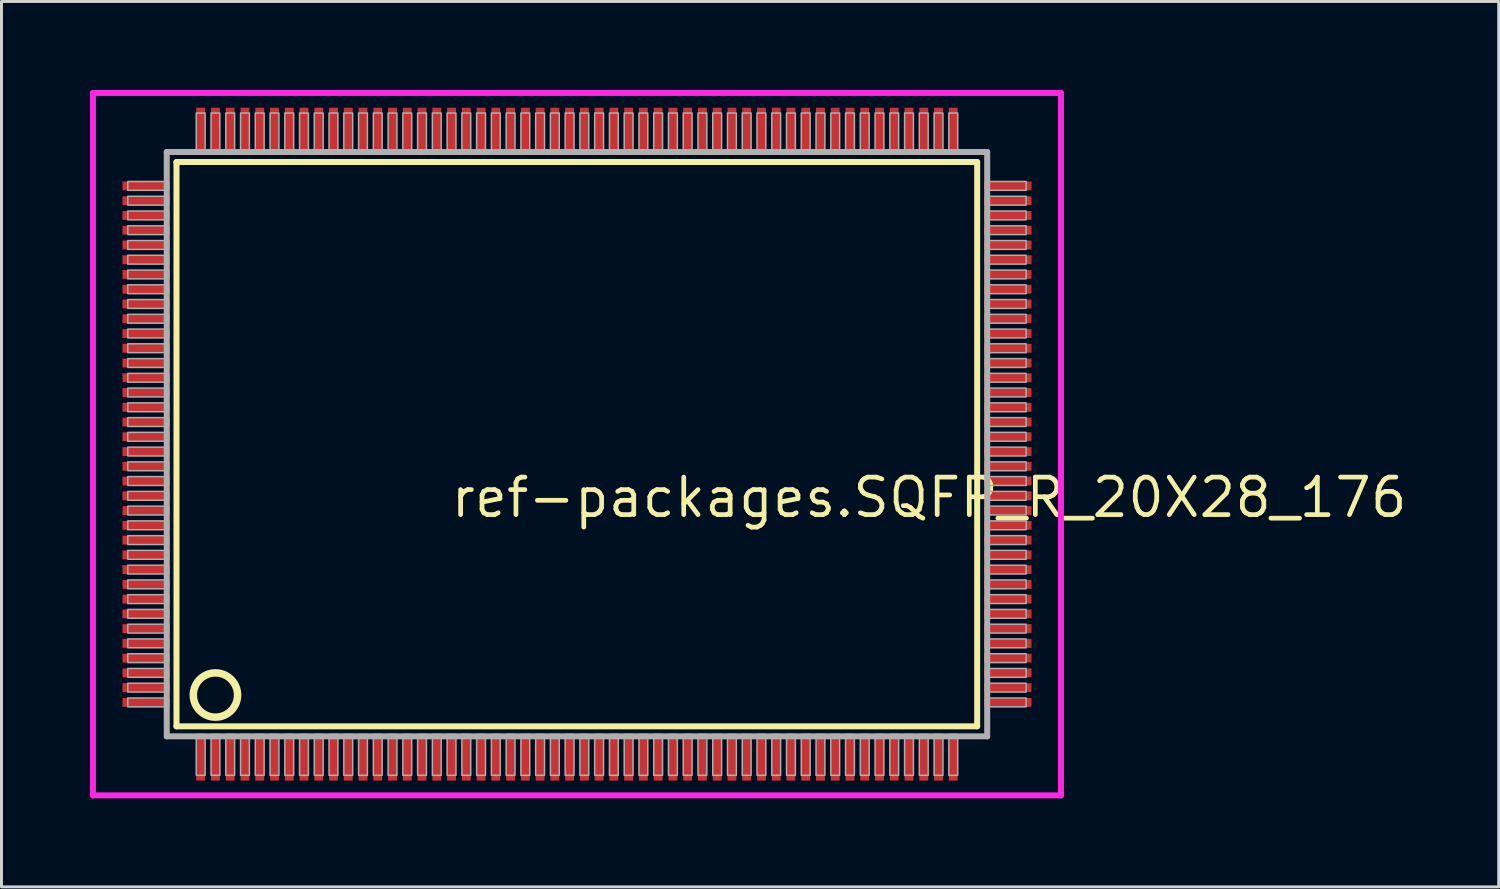
<source format=kicad_pcb>
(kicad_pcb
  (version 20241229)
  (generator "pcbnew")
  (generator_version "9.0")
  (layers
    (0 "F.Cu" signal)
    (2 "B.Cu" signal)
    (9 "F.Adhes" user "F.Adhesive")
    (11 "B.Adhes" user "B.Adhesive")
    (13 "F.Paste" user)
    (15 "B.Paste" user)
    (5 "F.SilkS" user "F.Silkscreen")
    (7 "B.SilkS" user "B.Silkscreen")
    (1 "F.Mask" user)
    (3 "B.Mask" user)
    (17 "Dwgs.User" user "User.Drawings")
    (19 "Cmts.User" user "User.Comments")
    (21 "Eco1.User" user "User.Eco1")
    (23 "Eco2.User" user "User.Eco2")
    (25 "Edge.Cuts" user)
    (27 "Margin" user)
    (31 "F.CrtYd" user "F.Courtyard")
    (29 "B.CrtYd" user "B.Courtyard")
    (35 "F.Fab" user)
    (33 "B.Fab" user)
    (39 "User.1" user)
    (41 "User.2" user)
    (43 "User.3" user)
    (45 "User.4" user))
  (footprint "ref-packages.SQFP_R_20X28_176"
    (layer "F.Cu")
    (at 16.5 12)
    (property "Reference" "ref-packages.SQFP_R_20X28_176" (at -4.35 2.55 0) (layer "F.SilkS") (effects (font (size 1.27 1.27) (thickness 0.16)) (justify left bottom)))
    (attr smd)
    (fp_line (start -13.57 -9.56) (end 13.56 -9.56) (stroke (width 0.203) (type default)) (layer "F.SilkS"))
    (fp_line (start -13.57 9.56) (end -13.57 -9.56) (stroke (width 0.203) (type default)) (layer "F.SilkS"))
    (fp_line (start 13.56 -9.56) (end 13.56 9.56) (stroke (width 0.203) (type default)) (layer "F.SilkS"))
    (fp_line (start 13.56 9.56) (end -13.57 9.56) (stroke (width 0.203) (type default)) (layer "F.SilkS"))
    (fp_circle (center -12.25 8.5) (end -11.5 8.5) (stroke (width 0.254) (type default)) (fill no) (layer "F.SilkS"))
    (fp_line (start -16.4 -11.9) (end 16.4 -11.9) (stroke (width 0.2) (type default)) (layer "F.CrtYd"))
    (fp_line (start -16.4 11.9) (end -16.4 -11.9) (stroke (width 0.2) (type default)) (layer "F.CrtYd"))
    (fp_line (start 16.4 -11.9) (end 16.4 11.9) (stroke (width 0.2) (type default)) (layer "F.CrtYd"))
    (fp_line (start 16.4 11.9) (end -16.4 11.9) (stroke (width 0.2) (type default)) (layer "F.CrtYd"))
    (fp_line (start -13.9 -9.9) (end -13.9 9.9) (stroke (width 0.203) (type default)) (layer "F.Fab"))
    (fp_line (start -13.9 9.9) (end 13.9 9.9) (stroke (width 0.203) (type default)) (layer "F.Fab"))
    (fp_line (start 13.9 -9.9) (end -13.9 -9.9) (stroke (width 0.203) (type default)) (layer "F.Fab"))
    (fp_line (start 13.9 9.9) (end 13.9 -9.9) (stroke (width 0.203) (type default)) (layer "F.Fab"))
    (fp_rect (start -15.22 -8.6) (end -13.95 -8.9) (stroke (width 0.05) (type default)) (fill no) (layer "F.Fab"))
    (fp_rect (start -15.22 -8.1) (end -13.95 -8.4) (stroke (width 0.05) (type default)) (fill no) (layer "F.Fab"))
    (fp_rect (start -15.22 -7.6) (end -13.95 -7.9) (stroke (width 0.05) (type default)) (fill no) (layer "F.Fab"))
    (fp_rect (start -15.22 -7.1) (end -13.95 -7.4) (stroke (width 0.05) (type default)) (fill no) (layer "F.Fab"))
    (fp_rect (start -15.22 -6.6) (end -13.95 -6.9) (stroke (width 0.05) (type default)) (fill no) (layer "F.Fab"))
    (fp_rect (start -15.22 -6.1) (end -13.95 -6.4) (stroke (width 0.05) (type default)) (fill no) (layer "F.Fab"))
    (fp_rect (start -15.22 -5.6) (end -13.95 -5.9) (stroke (width 0.05) (type default)) (fill no) (layer "F.Fab"))
    (fp_rect (start -15.22 -5.1) (end -13.95 -5.4) (stroke (width 0.05) (type default)) (fill no) (layer "F.Fab"))
    (fp_rect (start -15.22 -4.6) (end -13.95 -4.9) (stroke (width 0.05) (type default)) (fill no) (layer "F.Fab"))
    (fp_rect (start -15.22 -4.1) (end -13.95 -4.4) (stroke (width 0.05) (type default)) (fill no) (layer "F.Fab"))
    (fp_rect (start -15.22 -3.6) (end -13.95 -3.9) (stroke (width 0.05) (type default)) (fill no) (layer "F.Fab"))
    (fp_rect (start -15.22 -3.1) (end -13.95 -3.4) (stroke (width 0.05) (type default)) (fill no) (layer "F.Fab"))
    (fp_rect (start -15.22 -2.6) (end -13.95 -2.9) (stroke (width 0.05) (type default)) (fill no) (layer "F.Fab"))
    (fp_rect (start -15.22 -2.1) (end -13.95 -2.4) (stroke (width 0.05) (type default)) (fill no) (layer "F.Fab"))
    (fp_rect (start -15.22 -1.6) (end -13.95 -1.9) (stroke (width 0.05) (type default)) (fill no) (layer "F.Fab"))
    (fp_rect (start -15.22 -1.1) (end -13.95 -1.4) (stroke (width 0.05) (type default)) (fill no) (layer "F.Fab"))
    (fp_rect (start -15.22 -0.6) (end -13.95 -0.9) (stroke (width 0.05) (type default)) (fill no) (layer "F.Fab"))
    (fp_rect (start -15.22 -0.1) (end -13.95 -0.4) (stroke (width 0.05) (type default)) (fill no) (layer "F.Fab"))
    (fp_rect (start -15.22 0.4) (end -13.95 0.1) (stroke (width 0.05) (type default)) (fill no) (layer "F.Fab"))
    (fp_rect (start -15.22 0.9) (end -13.95 0.6) (stroke (width 0.05) (type default)) (fill no) (layer "F.Fab"))
    (fp_rect (start -15.22 1.4) (end -13.95 1.1) (stroke (width 0.05) (type default)) (fill no) (layer "F.Fab"))
    (fp_rect (start -15.22 1.9) (end -13.95 1.6) (stroke (width 0.05) (type default)) (fill no) (layer "F.Fab"))
    (fp_rect (start -15.22 2.4) (end -13.95 2.1) (stroke (width 0.05) (type default)) (fill no) (layer "F.Fab"))
    (fp_rect (start -15.22 2.9) (end -13.95 2.6) (stroke (width 0.05) (type default)) (fill no) (layer "F.Fab"))
    (fp_rect (start -15.22 3.4) (end -13.95 3.1) (stroke (width 0.05) (type default)) (fill no) (layer "F.Fab"))
    (fp_rect (start -15.22 3.9) (end -13.95 3.6) (stroke (width 0.05) (type default)) (fill no) (layer "F.Fab"))
    (fp_rect (start -15.22 4.4) (end -13.95 4.1) (stroke (width 0.05) (type default)) (fill no) (layer "F.Fab"))
    (fp_rect (start -15.22 4.9) (end -13.95 4.6) (stroke (width 0.05) (type default)) (fill no) (layer "F.Fab"))
    (fp_rect (start -15.22 5.4) (end -13.95 5.1) (stroke (width 0.05) (type default)) (fill no) (layer "F.Fab"))
    (fp_rect (start -15.22 5.9) (end -13.95 5.6) (stroke (width 0.05) (type default)) (fill no) (layer "F.Fab"))
    (fp_rect (start -15.22 6.4) (end -13.95 6.1) (stroke (width 0.05) (type default)) (fill no) (layer "F.Fab"))
    (fp_rect (start -15.22 6.9) (end -13.95 6.6) (stroke (width 0.05) (type default)) (fill no) (layer "F.Fab"))
    (fp_rect (start -15.22 7.4) (end -13.95 7.1) (stroke (width 0.05) (type default)) (fill no) (layer "F.Fab"))
    (fp_rect (start -15.22 7.9) (end -13.95 7.6) (stroke (width 0.05) (type default)) (fill no) (layer "F.Fab"))
    (fp_rect (start -15.22 8.4) (end -13.95 8.1) (stroke (width 0.05) (type default)) (fill no) (layer "F.Fab"))
    (fp_rect (start -15.22 8.9) (end -13.95 8.6) (stroke (width 0.05) (type default)) (fill no) (layer "F.Fab"))
    (fp_rect (start -12.9 -9.95) (end -12.6 -11.22) (stroke (width 0.05) (type default)) (fill no) (layer "F.Fab"))
    (fp_rect (start -12.9 11.22) (end -12.6 9.95) (stroke (width 0.05) (type default)) (fill no) (layer "F.Fab"))
    (fp_rect (start -12.4 -9.95) (end -12.1 -11.22) (stroke (width 0.05) (type default)) (fill no) (layer "F.Fab"))
    (fp_rect (start -12.4 11.22) (end -12.1 9.95) (stroke (width 0.05) (type default)) (fill no) (layer "F.Fab"))
    (fp_rect (start -11.9 -9.95) (end -11.6 -11.22) (stroke (width 0.05) (type default)) (fill no) (layer "F.Fab"))
    (fp_rect (start -11.9 11.22) (end -11.6 9.95) (stroke (width 0.05) (type default)) (fill no) (layer "F.Fab"))
    (fp_rect (start -11.4 -9.95) (end -11.1 -11.22) (stroke (width 0.05) (type default)) (fill no) (layer "F.Fab"))
    (fp_rect (start -11.4 11.22) (end -11.1 9.95) (stroke (width 0.05) (type default)) (fill no) (layer "F.Fab"))
    (fp_rect (start -10.9 -9.95) (end -10.6 -11.22) (stroke (width 0.05) (type default)) (fill no) (layer "F.Fab"))
    (fp_rect (start -10.9 11.22) (end -10.6 9.95) (stroke (width 0.05) (type default)) (fill no) (layer "F.Fab"))
    (fp_rect (start -10.4 -9.95) (end -10.1 -11.22) (stroke (width 0.05) (type default)) (fill no) (layer "F.Fab"))
    (fp_rect (start -10.4 11.22) (end -10.1 9.95) (stroke (width 0.05) (type default)) (fill no) (layer "F.Fab"))
    (fp_rect (start -9.9 -9.95) (end -9.6 -11.22) (stroke (width 0.05) (type default)) (fill no) (layer "F.Fab"))
    (fp_rect (start -9.9 11.22) (end -9.6 9.95) (stroke (width 0.05) (type default)) (fill no) (layer "F.Fab"))
    (fp_rect (start -9.4 -9.95) (end -9.1 -11.22) (stroke (width 0.05) (type default)) (fill no) (layer "F.Fab"))
    (fp_rect (start -9.4 11.22) (end -9.1 9.95) (stroke (width 0.05) (type default)) (fill no) (layer "F.Fab"))
    (fp_rect (start -8.9 -9.95) (end -8.6 -11.22) (stroke (width 0.05) (type default)) (fill no) (layer "F.Fab"))
    (fp_rect (start -8.9 11.22) (end -8.6 9.95) (stroke (width 0.05) (type default)) (fill no) (layer "F.Fab"))
    (fp_rect (start -8.4 -9.95) (end -8.1 -11.22) (stroke (width 0.05) (type default)) (fill no) (layer "F.Fab"))
    (fp_rect (start -8.4 11.22) (end -8.1 9.95) (stroke (width 0.05) (type default)) (fill no) (layer "F.Fab"))
    (fp_rect (start -7.9 -9.95) (end -7.6 -11.22) (stroke (width 0.05) (type default)) (fill no) (layer "F.Fab"))
    (fp_rect (start -7.9 11.22) (end -7.6 9.95) (stroke (width 0.05) (type default)) (fill no) (layer "F.Fab"))
    (fp_rect (start -7.4 -9.95) (end -7.1 -11.22) (stroke (width 0.05) (type default)) (fill no) (layer "F.Fab"))
    (fp_rect (start -7.4 11.22) (end -7.1 9.95) (stroke (width 0.05) (type default)) (fill no) (layer "F.Fab"))
    (fp_rect (start -6.9 -9.95) (end -6.6 -11.22) (stroke (width 0.05) (type default)) (fill no) (layer "F.Fab"))
    (fp_rect (start -6.9 11.22) (end -6.6 9.95) (stroke (width 0.05) (type default)) (fill no) (layer "F.Fab"))
    (fp_rect (start -6.4 -9.95) (end -6.1 -11.22) (stroke (width 0.05) (type default)) (fill no) (layer "F.Fab"))
    (fp_rect (start -6.4 11.22) (end -6.1 9.95) (stroke (width 0.05) (type default)) (fill no) (layer "F.Fab"))
    (fp_rect (start -5.9 -9.95) (end -5.6 -11.22) (stroke (width 0.05) (type default)) (fill no) (layer "F.Fab"))
    (fp_rect (start -5.9 11.22) (end -5.6 9.95) (stroke (width 0.05) (type default)) (fill no) (layer "F.Fab"))
    (fp_rect (start -5.4 -9.95) (end -5.1 -11.22) (stroke (width 0.05) (type default)) (fill no) (layer "F.Fab"))
    (fp_rect (start -5.4 11.22) (end -5.1 9.95) (stroke (width 0.05) (type default)) (fill no) (layer "F.Fab"))
    (fp_rect (start -4.9 -9.95) (end -4.6 -11.22) (stroke (width 0.05) (type default)) (fill no) (layer "F.Fab"))
    (fp_rect (start -4.9 11.22) (end -4.6 9.95) (stroke (width 0.05) (type default)) (fill no) (layer "F.Fab"))
    (fp_rect (start -4.4 -9.95) (end -4.1 -11.22) (stroke (width 0.05) (type default)) (fill no) (layer "F.Fab"))
    (fp_rect (start -4.4 11.22) (end -4.1 9.95) (stroke (width 0.05) (type default)) (fill no) (layer "F.Fab"))
    (fp_rect (start -3.9 -9.95) (end -3.6 -11.22) (stroke (width 0.05) (type default)) (fill no) (layer "F.Fab"))
    (fp_rect (start -3.9 11.22) (end -3.6 9.95) (stroke (width 0.05) (type default)) (fill no) (layer "F.Fab"))
    (fp_rect (start -3.4 -9.95) (end -3.1 -11.22) (stroke (width 0.05) (type default)) (fill no) (layer "F.Fab"))
    (fp_rect (start -3.4 11.22) (end -3.1 9.95) (stroke (width 0.05) (type default)) (fill no) (layer "F.Fab"))
    (fp_rect (start -2.9 -9.95) (end -2.6 -11.22) (stroke (width 0.05) (type default)) (fill no) (layer "F.Fab"))
    (fp_rect (start -2.9 11.22) (end -2.6 9.95) (stroke (width 0.05) (type default)) (fill no) (layer "F.Fab"))
    (fp_rect (start -2.4 -9.95) (end -2.1 -11.22) (stroke (width 0.05) (type default)) (fill no) (layer "F.Fab"))
    (fp_rect (start -2.4 11.22) (end -2.1 9.95) (stroke (width 0.05) (type default)) (fill no) (layer "F.Fab"))
    (fp_rect (start -1.9 -9.95) (end -1.6 -11.22) (stroke (width 0.05) (type default)) (fill no) (layer "F.Fab"))
    (fp_rect (start -1.9 11.22) (end -1.6 9.95) (stroke (width 0.05) (type default)) (fill no) (layer "F.Fab"))
    (fp_rect (start -1.4 -9.95) (end -1.1 -11.22) (stroke (width 0.05) (type default)) (fill no) (layer "F.Fab"))
    (fp_rect (start -1.4 11.22) (end -1.1 9.95) (stroke (width 0.05) (type default)) (fill no) (layer "F.Fab"))
    (fp_rect (start -0.9 -9.95) (end -0.6 -11.22) (stroke (width 0.05) (type default)) (fill no) (layer "F.Fab"))
    (fp_rect (start -0.9 11.22) (end -0.6 9.95) (stroke (width 0.05) (type default)) (fill no) (layer "F.Fab"))
    (fp_rect (start -0.4 -9.95) (end -0.1 -11.22) (stroke (width 0.05) (type default)) (fill no) (layer "F.Fab"))
    (fp_rect (start -0.4 11.22) (end -0.1 9.95) (stroke (width 0.05) (type default)) (fill no) (layer "F.Fab"))
    (fp_rect (start 0.1 -9.95) (end 0.4 -11.22) (stroke (width 0.05) (type default)) (fill no) (layer "F.Fab"))
    (fp_rect (start 0.1 11.22) (end 0.4 9.95) (stroke (width 0.05) (type default)) (fill no) (layer "F.Fab"))
    (fp_rect (start 0.6 -9.95) (end 0.9 -11.22) (stroke (width 0.05) (type default)) (fill no) (layer "F.Fab"))
    (fp_rect (start 0.6 11.22) (end 0.9 9.95) (stroke (width 0.05) (type default)) (fill no) (layer "F.Fab"))
    (fp_rect (start 1.1 -9.95) (end 1.4 -11.22) (stroke (width 0.05) (type default)) (fill no) (layer "F.Fab"))
    (fp_rect (start 1.1 11.22) (end 1.4 9.95) (stroke (width 0.05) (type default)) (fill no) (layer "F.Fab"))
    (fp_rect (start 1.6 -9.95) (end 1.9 -11.22) (stroke (width 0.05) (type default)) (fill no) (layer "F.Fab"))
    (fp_rect (start 1.6 11.22) (end 1.9 9.95) (stroke (width 0.05) (type default)) (fill no) (layer "F.Fab"))
    (fp_rect (start 2.1 -9.95) (end 2.4 -11.22) (stroke (width 0.05) (type default)) (fill no) (layer "F.Fab"))
    (fp_rect (start 2.1 11.22) (end 2.4 9.95) (stroke (width 0.05) (type default)) (fill no) (layer "F.Fab"))
    (fp_rect (start 2.6 -9.95) (end 2.9 -11.22) (stroke (width 0.05) (type default)) (fill no) (layer "F.Fab"))
    (fp_rect (start 2.6 11.22) (end 2.9 9.95) (stroke (width 0.05) (type default)) (fill no) (layer "F.Fab"))
    (fp_rect (start 3.1 -9.95) (end 3.4 -11.22) (stroke (width 0.05) (type default)) (fill no) (layer "F.Fab"))
    (fp_rect (start 3.1 11.22) (end 3.4 9.95) (stroke (width 0.05) (type default)) (fill no) (layer "F.Fab"))
    (fp_rect (start 3.6 -9.95) (end 3.9 -11.22) (stroke (width 0.05) (type default)) (fill no) (layer "F.Fab"))
    (fp_rect (start 3.6 11.22) (end 3.9 9.95) (stroke (width 0.05) (type default)) (fill no) (layer "F.Fab"))
    (fp_rect (start 4.1 -9.95) (end 4.4 -11.22) (stroke (width 0.05) (type default)) (fill no) (layer "F.Fab"))
    (fp_rect (start 4.1 11.22) (end 4.4 9.95) (stroke (width 0.05) (type default)) (fill no) (layer "F.Fab"))
    (fp_rect (start 4.6 -9.95) (end 4.9 -11.22) (stroke (width 0.05) (type default)) (fill no) (layer "F.Fab"))
    (fp_rect (start 4.6 11.22) (end 4.9 9.95) (stroke (width 0.05) (type default)) (fill no) (layer "F.Fab"))
    (fp_rect (start 5.1 -9.95) (end 5.4 -11.22) (stroke (width 0.05) (type default)) (fill no) (layer "F.Fab"))
    (fp_rect (start 5.1 11.22) (end 5.4 9.95) (stroke (width 0.05) (type default)) (fill no) (layer "F.Fab"))
    (fp_rect (start 5.6 -9.95) (end 5.9 -11.22) (stroke (width 0.05) (type default)) (fill no) (layer "F.Fab"))
    (fp_rect (start 5.6 11.22) (end 5.9 9.95) (stroke (width 0.05) (type default)) (fill no) (layer "F.Fab"))
    (fp_rect (start 6.1 -9.95) (end 6.4 -11.22) (stroke (width 0.05) (type default)) (fill no) (layer "F.Fab"))
    (fp_rect (start 6.1 11.22) (end 6.4 9.95) (stroke (width 0.05) (type default)) (fill no) (layer "F.Fab"))
    (fp_rect (start 6.6 -9.95) (end 6.9 -11.22) (stroke (width 0.05) (type default)) (fill no) (layer "F.Fab"))
    (fp_rect (start 6.6 11.22) (end 6.9 9.95) (stroke (width 0.05) (type default)) (fill no) (layer "F.Fab"))
    (fp_rect (start 7.1 -9.95) (end 7.4 -11.22) (stroke (width 0.05) (type default)) (fill no) (layer "F.Fab"))
    (fp_rect (start 7.1 11.22) (end 7.4 9.95) (stroke (width 0.05) (type default)) (fill no) (layer "F.Fab"))
    (fp_rect (start 7.6 -9.95) (end 7.9 -11.22) (stroke (width 0.05) (type default)) (fill no) (layer "F.Fab"))
    (fp_rect (start 7.6 11.22) (end 7.9 9.95) (stroke (width 0.05) (type default)) (fill no) (layer "F.Fab"))
    (fp_rect (start 8.1 -9.95) (end 8.4 -11.22) (stroke (width 0.05) (type default)) (fill no) (layer "F.Fab"))
    (fp_rect (start 8.1 11.22) (end 8.4 9.95) (stroke (width 0.05) (type default)) (fill no) (layer "F.Fab"))
    (fp_rect (start 8.6 -9.95) (end 8.9 -11.22) (stroke (width 0.05) (type default)) (fill no) (layer "F.Fab"))
    (fp_rect (start 8.6 11.22) (end 8.9 9.95) (stroke (width 0.05) (type default)) (fill no) (layer "F.Fab"))
    (fp_rect (start 9.1 -9.95) (end 9.4 -11.22) (stroke (width 0.05) (type default)) (fill no) (layer "F.Fab"))
    (fp_rect (start 9.1 11.22) (end 9.4 9.95) (stroke (width 0.05) (type default)) (fill no) (layer "F.Fab"))
    (fp_rect (start 9.6 -9.95) (end 9.9 -11.22) (stroke (width 0.05) (type default)) (fill no) (layer "F.Fab"))
    (fp_rect (start 9.6 11.22) (end 9.9 9.95) (stroke (width 0.05) (type default)) (fill no) (layer "F.Fab"))
    (fp_rect (start 10.1 -9.95) (end 10.4 -11.22) (stroke (width 0.05) (type default)) (fill no) (layer "F.Fab"))
    (fp_rect (start 10.1 11.22) (end 10.4 9.95) (stroke (width 0.05) (type default)) (fill no) (layer "F.Fab"))
    (fp_rect (start 10.6 -9.95) (end 10.9 -11.22) (stroke (width 0.05) (type default)) (fill no) (layer "F.Fab"))
    (fp_rect (start 10.6 11.22) (end 10.9 9.95) (stroke (width 0.05) (type default)) (fill no) (layer "F.Fab"))
    (fp_rect (start 11.1 -9.95) (end 11.4 -11.22) (stroke (width 0.05) (type default)) (fill no) (layer "F.Fab"))
    (fp_rect (start 11.1 11.22) (end 11.4 9.95) (stroke (width 0.05) (type default)) (fill no) (layer "F.Fab"))
    (fp_rect (start 11.6 -9.95) (end 11.9 -11.22) (stroke (width 0.05) (type default)) (fill no) (layer "F.Fab"))
    (fp_rect (start 11.6 11.22) (end 11.9 9.95) (stroke (width 0.05) (type default)) (fill no) (layer "F.Fab"))
    (fp_rect (start 12.1 -9.95) (end 12.4 -11.22) (stroke (width 0.05) (type default)) (fill no) (layer "F.Fab"))
    (fp_rect (start 12.1 11.22) (end 12.4 9.95) (stroke (width 0.05) (type default)) (fill no) (layer "F.Fab"))
    (fp_rect (start 12.6 -9.95) (end 12.9 -11.22) (stroke (width 0.05) (type default)) (fill no) (layer "F.Fab"))
    (fp_rect (start 12.6 11.22) (end 12.9 9.95) (stroke (width 0.05) (type default)) (fill no) (layer "F.Fab"))
    (fp_rect (start 13.95 -8.6) (end 15.22 -8.9) (stroke (width 0.05) (type default)) (fill no) (layer "F.Fab"))
    (fp_rect (start 13.95 -8.1) (end 15.22 -8.4) (stroke (width 0.05) (type default)) (fill no) (layer "F.Fab"))
    (fp_rect (start 13.95 -7.6) (end 15.22 -7.9) (stroke (width 0.05) (type default)) (fill no) (layer "F.Fab"))
    (fp_rect (start 13.95 -7.1) (end 15.22 -7.4) (stroke (width 0.05) (type default)) (fill no) (layer "F.Fab"))
    (fp_rect (start 13.95 -6.6) (end 15.22 -6.9) (stroke (width 0.05) (type default)) (fill no) (layer "F.Fab"))
    (fp_rect (start 13.95 -6.1) (end 15.22 -6.4) (stroke (width 0.05) (type default)) (fill no) (layer "F.Fab"))
    (fp_rect (start 13.95 -5.6) (end 15.22 -5.9) (stroke (width 0.05) (type default)) (fill no) (layer "F.Fab"))
    (fp_rect (start 13.95 -5.1) (end 15.22 -5.4) (stroke (width 0.05) (type default)) (fill no) (layer "F.Fab"))
    (fp_rect (start 13.95 -4.6) (end 15.22 -4.9) (stroke (width 0.05) (type default)) (fill no) (layer "F.Fab"))
    (fp_rect (start 13.95 -4.1) (end 15.22 -4.4) (stroke (width 0.05) (type default)) (fill no) (layer "F.Fab"))
    (fp_rect (start 13.95 -3.6) (end 15.22 -3.9) (stroke (width 0.05) (type default)) (fill no) (layer "F.Fab"))
    (fp_rect (start 13.95 -3.1) (end 15.22 -3.4) (stroke (width 0.05) (type default)) (fill no) (layer "F.Fab"))
    (fp_rect (start 13.95 -2.6) (end 15.22 -2.9) (stroke (width 0.05) (type default)) (fill no) (layer "F.Fab"))
    (fp_rect (start 13.95 -2.1) (end 15.22 -2.4) (stroke (width 0.05) (type default)) (fill no) (layer "F.Fab"))
    (fp_rect (start 13.95 -1.6) (end 15.22 -1.9) (stroke (width 0.05) (type default)) (fill no) (layer "F.Fab"))
    (fp_rect (start 13.95 -1.1) (end 15.22 -1.4) (stroke (width 0.05) (type default)) (fill no) (layer "F.Fab"))
    (fp_rect (start 13.95 -0.6) (end 15.22 -0.9) (stroke (width 0.05) (type default)) (fill no) (layer "F.Fab"))
    (fp_rect (start 13.95 -0.1) (end 15.22 -0.4) (stroke (width 0.05) (type default)) (fill no) (layer "F.Fab"))
    (fp_rect (start 13.95 0.4) (end 15.22 0.1) (stroke (width 0.05) (type default)) (fill no) (layer "F.Fab"))
    (fp_rect (start 13.95 0.9) (end 15.22 0.6) (stroke (width 0.05) (type default)) (fill no) (layer "F.Fab"))
    (fp_rect (start 13.95 1.4) (end 15.22 1.1) (stroke (width 0.05) (type default)) (fill no) (layer "F.Fab"))
    (fp_rect (start 13.95 1.9) (end 15.22 1.6) (stroke (width 0.05) (type default)) (fill no) (layer "F.Fab"))
    (fp_rect (start 13.95 2.4) (end 15.22 2.1) (stroke (width 0.05) (type default)) (fill no) (layer "F.Fab"))
    (fp_rect (start 13.95 2.9) (end 15.22 2.6) (stroke (width 0.05) (type default)) (fill no) (layer "F.Fab"))
    (fp_rect (start 13.95 3.4) (end 15.22 3.1) (stroke (width 0.05) (type default)) (fill no) (layer "F.Fab"))
    (fp_rect (start 13.95 3.9) (end 15.22 3.6) (stroke (width 0.05) (type default)) (fill no) (layer "F.Fab"))
    (fp_rect (start 13.95 4.4) (end 15.22 4.1) (stroke (width 0.05) (type default)) (fill no) (layer "F.Fab"))
    (fp_rect (start 13.95 4.9) (end 15.22 4.6) (stroke (width 0.05) (type default)) (fill no) (layer "F.Fab"))
    (fp_rect (start 13.95 5.4) (end 15.22 5.1) (stroke (width 0.05) (type default)) (fill no) (layer "F.Fab"))
    (fp_rect (start 13.95 5.9) (end 15.22 5.6) (stroke (width 0.05) (type default)) (fill no) (layer "F.Fab"))
    (fp_rect (start 13.95 6.4) (end 15.22 6.1) (stroke (width 0.05) (type default)) (fill no) (layer "F.Fab"))
    (fp_rect (start 13.95 6.9) (end 15.22 6.6) (stroke (width 0.05) (type default)) (fill no) (layer "F.Fab"))
    (fp_rect (start 13.95 7.4) (end 15.22 7.1) (stroke (width 0.05) (type default)) (fill no) (layer "F.Fab"))
    (fp_rect (start 13.95 7.9) (end 15.22 7.6) (stroke (width 0.05) (type default)) (fill no) (layer "F.Fab"))
    (fp_rect (start 13.95 8.4) (end 15.22 8.1) (stroke (width 0.05) (type default)) (fill no) (layer "F.Fab"))
    (fp_rect (start 13.95 8.9) (end 15.22 8.6) (stroke (width 0.05) (type default)) (fill no) (layer "F.Fab"))
    (pad "1" smd roundrect (at -12.75 10.6) (size 0.3 1.6) (layers "F.Cu" "F.Mask" "F.Paste") (roundrect_rratio 0.01))
    (pad "2" smd roundrect (at -12.25 10.6) (size 0.3 1.6) (layers "F.Cu" "F.Mask" "F.Paste") (roundrect_rratio 0.01))
    (pad "3" smd roundrect (at -11.75 10.6) (size 0.3 1.6) (layers "F.Cu" "F.Mask" "F.Paste") (roundrect_rratio 0.01))
    (pad "4" smd roundrect (at -11.25 10.6) (size 0.3 1.6) (layers "F.Cu" "F.Mask" "F.Paste") (roundrect_rratio 0.01))
    (pad "5" smd roundrect (at -10.75 10.6) (size 0.3 1.6) (layers "F.Cu" "F.Mask" "F.Paste") (roundrect_rratio 0.01))
    (pad "6" smd roundrect (at -10.25 10.6) (size 0.3 1.6) (layers "F.Cu" "F.Mask" "F.Paste") (roundrect_rratio 0.01))
    (pad "7" smd roundrect (at -9.75 10.6) (size 0.3 1.6) (layers "F.Cu" "F.Mask" "F.Paste") (roundrect_rratio 0.01))
    (pad "8" smd roundrect (at -9.25 10.6) (size 0.3 1.6) (layers "F.Cu" "F.Mask" "F.Paste") (roundrect_rratio 0.01))
    (pad "9" smd roundrect (at -8.75 10.6) (size 0.3 1.6) (layers "F.Cu" "F.Mask" "F.Paste") (roundrect_rratio 0.01))
    (pad "10" smd roundrect (at -8.25 10.6) (size 0.3 1.6) (layers "F.Cu" "F.Mask" "F.Paste") (roundrect_rratio 0.01))
    (pad "11" smd roundrect (at -7.75 10.6) (size 0.3 1.6) (layers "F.Cu" "F.Mask" "F.Paste") (roundrect_rratio 0.01))
    (pad "12" smd roundrect (at -7.25 10.6) (size 0.3 1.6) (layers "F.Cu" "F.Mask" "F.Paste") (roundrect_rratio 0.01))
    (pad "13" smd roundrect (at -6.75 10.6) (size 0.3 1.6) (layers "F.Cu" "F.Mask" "F.Paste") (roundrect_rratio 0.01))
    (pad "14" smd roundrect (at -6.25 10.6) (size 0.3 1.6) (layers "F.Cu" "F.Mask" "F.Paste") (roundrect_rratio 0.01))
    (pad "15" smd roundrect (at -5.75 10.6) (size 0.3 1.6) (layers "F.Cu" "F.Mask" "F.Paste") (roundrect_rratio 0.01))
    (pad "16" smd roundrect (at -5.25 10.6) (size 0.3 1.6) (layers "F.Cu" "F.Mask" "F.Paste") (roundrect_rratio 0.01))
    (pad "17" smd roundrect (at -4.75 10.6) (size 0.3 1.6) (layers "F.Cu" "F.Mask" "F.Paste") (roundrect_rratio 0.01))
    (pad "18" smd roundrect (at -4.25 10.6) (size 0.3 1.6) (layers "F.Cu" "F.Mask" "F.Paste") (roundrect_rratio 0.01))
    (pad "19" smd roundrect (at -3.75 10.6) (size 0.3 1.6) (layers "F.Cu" "F.Mask" "F.Paste") (roundrect_rratio 0.01))
    (pad "20" smd roundrect (at -3.25 10.6) (size 0.3 1.6) (layers "F.Cu" "F.Mask" "F.Paste") (roundrect_rratio 0.01))
    (pad "21" smd roundrect (at -2.75 10.6) (size 0.3 1.6) (layers "F.Cu" "F.Mask" "F.Paste") (roundrect_rratio 0.01))
    (pad "22" smd roundrect (at -2.25 10.6) (size 0.3 1.6) (layers "F.Cu" "F.Mask" "F.Paste") (roundrect_rratio 0.01))
    (pad "23" smd roundrect (at -1.75 10.6) (size 0.3 1.6) (layers "F.Cu" "F.Mask" "F.Paste") (roundrect_rratio 0.01))
    (pad "24" smd roundrect (at -1.25 10.6) (size 0.3 1.6) (layers "F.Cu" "F.Mask" "F.Paste") (roundrect_rratio 0.01))
    (pad "25" smd roundrect (at -0.75 10.6) (size 0.3 1.6) (layers "F.Cu" "F.Mask" "F.Paste") (roundrect_rratio 0.01))
    (pad "26" smd roundrect (at -0.25 10.6) (size 0.3 1.6) (layers "F.Cu" "F.Mask" "F.Paste") (roundrect_rratio 0.01))
    (pad "27" smd roundrect (at 0.25 10.6) (size 0.3 1.6) (layers "F.Cu" "F.Mask" "F.Paste") (roundrect_rratio 0.01))
    (pad "28" smd roundrect (at 0.75 10.6) (size 0.3 1.6) (layers "F.Cu" "F.Mask" "F.Paste") (roundrect_rratio 0.01))
    (pad "29" smd roundrect (at 1.25 10.6) (size 0.3 1.6) (layers "F.Cu" "F.Mask" "F.Paste") (roundrect_rratio 0.01))
    (pad "30" smd roundrect (at 1.75 10.6) (size 0.3 1.6) (layers "F.Cu" "F.Mask" "F.Paste") (roundrect_rratio 0.01))
    (pad "31" smd roundrect (at 2.25 10.6) (size 0.3 1.6) (layers "F.Cu" "F.Mask" "F.Paste") (roundrect_rratio 0.01))
    (pad "32" smd roundrect (at 2.75 10.6) (size 0.3 1.6) (layers "F.Cu" "F.Mask" "F.Paste") (roundrect_rratio 0.01))
    (pad "33" smd roundrect (at 3.25 10.6) (size 0.3 1.6) (layers "F.Cu" "F.Mask" "F.Paste") (roundrect_rratio 0.01))
    (pad "34" smd roundrect (at 3.75 10.6) (size 0.3 1.6) (layers "F.Cu" "F.Mask" "F.Paste") (roundrect_rratio 0.01))
    (pad "35" smd roundrect (at 4.25 10.6) (size 0.3 1.6) (layers "F.Cu" "F.Mask" "F.Paste") (roundrect_rratio 0.01))
    (pad "36" smd roundrect (at 4.75 10.6) (size 0.3 1.6) (layers "F.Cu" "F.Mask" "F.Paste") (roundrect_rratio 0.01))
    (pad "37" smd roundrect (at 5.25 10.6) (size 0.3 1.6) (layers "F.Cu" "F.Mask" "F.Paste") (roundrect_rratio 0.01))
    (pad "38" smd roundrect (at 5.75 10.6) (size 0.3 1.6) (layers "F.Cu" "F.Mask" "F.Paste") (roundrect_rratio 0.01))
    (pad "39" smd roundrect (at 6.25 10.6) (size 0.3 1.6) (layers "F.Cu" "F.Mask" "F.Paste") (roundrect_rratio 0.01))
    (pad "40" smd roundrect (at 6.75 10.6) (size 0.3 1.6) (layers "F.Cu" "F.Mask" "F.Paste") (roundrect_rratio 0.01))
    (pad "41" smd roundrect (at 7.25 10.6) (size 0.3 1.6) (layers "F.Cu" "F.Mask" "F.Paste") (roundrect_rratio 0.01))
    (pad "42" smd roundrect (at 7.75 10.6) (size 0.3 1.6) (layers "F.Cu" "F.Mask" "F.Paste") (roundrect_rratio 0.01))
    (pad "43" smd roundrect (at 8.25 10.6) (size 0.3 1.6) (layers "F.Cu" "F.Mask" "F.Paste") (roundrect_rratio 0.01))
    (pad "44" smd roundrect (at 8.75 10.6) (size 0.3 1.6) (layers "F.Cu" "F.Mask" "F.Paste") (roundrect_rratio 0.01))
    (pad "45" smd roundrect (at 9.25 10.6) (size 0.3 1.6) (layers "F.Cu" "F.Mask" "F.Paste") (roundrect_rratio 0.01))
    (pad "46" smd roundrect (at 9.75 10.6) (size 0.3 1.6) (layers "F.Cu" "F.Mask" "F.Paste") (roundrect_rratio 0.01))
    (pad "47" smd roundrect (at 10.25 10.6) (size 0.3 1.6) (layers "F.Cu" "F.Mask" "F.Paste") (roundrect_rratio 0.01))
    (pad "48" smd roundrect (at 10.75 10.6) (size 0.3 1.6) (layers "F.Cu" "F.Mask" "F.Paste") (roundrect_rratio 0.01))
    (pad "49" smd roundrect (at 11.25 10.6) (size 0.3 1.6) (layers "F.Cu" "F.Mask" "F.Paste") (roundrect_rratio 0.01))
    (pad "50" smd roundrect (at 11.75 10.6) (size 0.3 1.6) (layers "F.Cu" "F.Mask" "F.Paste") (roundrect_rratio 0.01))
    (pad "51" smd roundrect (at 12.25 10.6) (size 0.3 1.6) (layers "F.Cu" "F.Mask" "F.Paste") (roundrect_rratio 0.01))
    (pad "52" smd roundrect (at 12.75 10.6) (size 0.3 1.6) (layers "F.Cu" "F.Mask" "F.Paste") (roundrect_rratio 0.01))
    (pad "53" smd roundrect (at 14.6 8.75) (size 1.6 0.3) (layers "F.Cu" "F.Mask" "F.Paste") (roundrect_rratio 0.01))
    (pad "54" smd roundrect (at 14.6 8.25) (size 1.6 0.3) (layers "F.Cu" "F.Mask" "F.Paste") (roundrect_rratio 0.01))
    (pad "55" smd roundrect (at 14.6 7.75) (size 1.6 0.3) (layers "F.Cu" "F.Mask" "F.Paste") (roundrect_rratio 0.01))
    (pad "56" smd roundrect (at 14.6 7.25) (size 1.6 0.3) (layers "F.Cu" "F.Mask" "F.Paste") (roundrect_rratio 0.01))
    (pad "57" smd roundrect (at 14.6 6.75) (size 1.6 0.3) (layers "F.Cu" "F.Mask" "F.Paste") (roundrect_rratio 0.01))
    (pad "58" smd roundrect (at 14.6 6.25) (size 1.6 0.3) (layers "F.Cu" "F.Mask" "F.Paste") (roundrect_rratio 0.01))
    (pad "59" smd roundrect (at 14.6 5.75) (size 1.6 0.3) (layers "F.Cu" "F.Mask" "F.Paste") (roundrect_rratio 0.01))
    (pad "60" smd roundrect (at 14.6 5.25) (size 1.6 0.3) (layers "F.Cu" "F.Mask" "F.Paste") (roundrect_rratio 0.01))
    (pad "61" smd roundrect (at 14.6 4.75) (size 1.6 0.3) (layers "F.Cu" "F.Mask" "F.Paste") (roundrect_rratio 0.01))
    (pad "62" smd roundrect (at 14.6 4.25) (size 1.6 0.3) (layers "F.Cu" "F.Mask" "F.Paste") (roundrect_rratio 0.01))
    (pad "63" smd roundrect (at 14.6 3.75) (size 1.6 0.3) (layers "F.Cu" "F.Mask" "F.Paste") (roundrect_rratio 0.01))
    (pad "64" smd roundrect (at 14.6 3.25) (size 1.6 0.3) (layers "F.Cu" "F.Mask" "F.Paste") (roundrect_rratio 0.01))
    (pad "65" smd roundrect (at 14.6 2.75) (size 1.6 0.3) (layers "F.Cu" "F.Mask" "F.Paste") (roundrect_rratio 0.01))
    (pad "66" smd roundrect (at 14.6 2.25) (size 1.6 0.3) (layers "F.Cu" "F.Mask" "F.Paste") (roundrect_rratio 0.01))
    (pad "67" smd roundrect (at 14.6 1.75) (size 1.6 0.3) (layers "F.Cu" "F.Mask" "F.Paste") (roundrect_rratio 0.01))
    (pad "68" smd roundrect (at 14.6 1.25) (size 1.6 0.3) (layers "F.Cu" "F.Mask" "F.Paste") (roundrect_rratio 0.01))
    (pad "69" smd roundrect (at 14.6 0.75) (size 1.6 0.3) (layers "F.Cu" "F.Mask" "F.Paste") (roundrect_rratio 0.01))
    (pad "70" smd roundrect (at 14.6 0.25) (size 1.6 0.3) (layers "F.Cu" "F.Mask" "F.Paste") (roundrect_rratio 0.01))
    (pad "71" smd roundrect (at 14.6 -0.25) (size 1.6 0.3) (layers "F.Cu" "F.Mask" "F.Paste") (roundrect_rratio 0.01))
    (pad "72" smd roundrect (at 14.6 -0.75) (size 1.6 0.3) (layers "F.Cu" "F.Mask" "F.Paste") (roundrect_rratio 0.01))
    (pad "73" smd roundrect (at 14.6 -1.25) (size 1.6 0.3) (layers "F.Cu" "F.Mask" "F.Paste") (roundrect_rratio 0.01))
    (pad "74" smd roundrect (at 14.6 -1.75) (size 1.6 0.3) (layers "F.Cu" "F.Mask" "F.Paste") (roundrect_rratio 0.01))
    (pad "75" smd roundrect (at 14.6 -2.25) (size 1.6 0.3) (layers "F.Cu" "F.Mask" "F.Paste") (roundrect_rratio 0.01))
    (pad "76" smd roundrect (at 14.6 -2.75) (size 1.6 0.3) (layers "F.Cu" "F.Mask" "F.Paste") (roundrect_rratio 0.01))
    (pad "77" smd roundrect (at 14.6 -3.25) (size 1.6 0.3) (layers "F.Cu" "F.Mask" "F.Paste") (roundrect_rratio 0.01))
    (pad "78" smd roundrect (at 14.6 -3.75) (size 1.6 0.3) (layers "F.Cu" "F.Mask" "F.Paste") (roundrect_rratio 0.01))
    (pad "79" smd roundrect (at 14.6 -4.25) (size 1.6 0.3) (layers "F.Cu" "F.Mask" "F.Paste") (roundrect_rratio 0.01))
    (pad "80" smd roundrect (at 14.6 -4.75) (size 1.6 0.3) (layers "F.Cu" "F.Mask" "F.Paste") (roundrect_rratio 0.01))
    (pad "81" smd roundrect (at 14.6 -5.25) (size 1.6 0.3) (layers "F.Cu" "F.Mask" "F.Paste") (roundrect_rratio 0.01))
    (pad "82" smd roundrect (at 14.6 -5.75) (size 1.6 0.3) (layers "F.Cu" "F.Mask" "F.Paste") (roundrect_rratio 0.01))
    (pad "83" smd roundrect (at 14.6 -6.25) (size 1.6 0.3) (layers "F.Cu" "F.Mask" "F.Paste") (roundrect_rratio 0.01))
    (pad "84" smd roundrect (at 14.6 -6.75) (size 1.6 0.3) (layers "F.Cu" "F.Mask" "F.Paste") (roundrect_rratio 0.01))
    (pad "85" smd roundrect (at 14.6 -7.25) (size 1.6 0.3) (layers "F.Cu" "F.Mask" "F.Paste") (roundrect_rratio 0.01))
    (pad "86" smd roundrect (at 14.6 -7.75) (size 1.6 0.3) (layers "F.Cu" "F.Mask" "F.Paste") (roundrect_rratio 0.01))
    (pad "87" smd roundrect (at 14.6 -8.25) (size 1.6 0.3) (layers "F.Cu" "F.Mask" "F.Paste") (roundrect_rratio 0.01))
    (pad "88" smd roundrect (at 14.6 -8.75) (size 1.6 0.3) (layers "F.Cu" "F.Mask" "F.Paste") (roundrect_rratio 0.01))
    (pad "89" smd roundrect (at 12.75 -10.6) (size 0.3 1.6) (layers "F.Cu" "F.Mask" "F.Paste") (roundrect_rratio 0.01))
    (pad "90" smd roundrect (at 12.25 -10.6) (size 0.3 1.6) (layers "F.Cu" "F.Mask" "F.Paste") (roundrect_rratio 0.01))
    (pad "91" smd roundrect (at 11.75 -10.6) (size 0.3 1.6) (layers "F.Cu" "F.Mask" "F.Paste") (roundrect_rratio 0.01))
    (pad "92" smd roundrect (at 11.25 -10.6) (size 0.3 1.6) (layers "F.Cu" "F.Mask" "F.Paste") (roundrect_rratio 0.01))
    (pad "93" smd roundrect (at 10.75 -10.6) (size 0.3 1.6) (layers "F.Cu" "F.Mask" "F.Paste") (roundrect_rratio 0.01))
    (pad "94" smd roundrect (at 10.25 -10.6) (size 0.3 1.6) (layers "F.Cu" "F.Mask" "F.Paste") (roundrect_rratio 0.01))
    (pad "95" smd roundrect (at 9.75 -10.6) (size 0.3 1.6) (layers "F.Cu" "F.Mask" "F.Paste") (roundrect_rratio 0.01))
    (pad "96" smd roundrect (at 9.25 -10.6) (size 0.3 1.6) (layers "F.Cu" "F.Mask" "F.Paste") (roundrect_rratio 0.01))
    (pad "97" smd roundrect (at 8.75 -10.6) (size 0.3 1.6) (layers "F.Cu" "F.Mask" "F.Paste") (roundrect_rratio 0.01))
    (pad "98" smd roundrect (at 8.25 -10.6) (size 0.3 1.6) (layers "F.Cu" "F.Mask" "F.Paste") (roundrect_rratio 0.01))
    (pad "99" smd roundrect (at 7.75 -10.6) (size 0.3 1.6) (layers "F.Cu" "F.Mask" "F.Paste") (roundrect_rratio 0.01))
    (pad "100" smd roundrect (at 7.25 -10.6) (size 0.3 1.6) (layers "F.Cu" "F.Mask" "F.Paste") (roundrect_rratio 0.01))
    (pad "101" smd roundrect (at 6.75 -10.6) (size 0.3 1.6) (layers "F.Cu" "F.Mask" "F.Paste") (roundrect_rratio 0.01))
    (pad "102" smd roundrect (at 6.25 -10.6) (size 0.3 1.6) (layers "F.Cu" "F.Mask" "F.Paste") (roundrect_rratio 0.01))
    (pad "103" smd roundrect (at 5.75 -10.6) (size 0.3 1.6) (layers "F.Cu" "F.Mask" "F.Paste") (roundrect_rratio 0.01))
    (pad "104" smd roundrect (at 5.25 -10.6) (size 0.3 1.6) (layers "F.Cu" "F.Mask" "F.Paste") (roundrect_rratio 0.01))
    (pad "105" smd roundrect (at 4.75 -10.6) (size 0.3 1.6) (layers "F.Cu" "F.Mask" "F.Paste") (roundrect_rratio 0.01))
    (pad "106" smd roundrect (at 4.25 -10.6) (size 0.3 1.6) (layers "F.Cu" "F.Mask" "F.Paste") (roundrect_rratio 0.01))
    (pad "107" smd roundrect (at 3.75 -10.6) (size 0.3 1.6) (layers "F.Cu" "F.Mask" "F.Paste") (roundrect_rratio 0.01))
    (pad "108" smd roundrect (at 3.25 -10.6) (size 0.3 1.6) (layers "F.Cu" "F.Mask" "F.Paste") (roundrect_rratio 0.01))
    (pad "109" smd roundrect (at 2.75 -10.6) (size 0.3 1.6) (layers "F.Cu" "F.Mask" "F.Paste") (roundrect_rratio 0.01))
    (pad "110" smd roundrect (at 2.25 -10.6) (size 0.3 1.6) (layers "F.Cu" "F.Mask" "F.Paste") (roundrect_rratio 0.01))
    (pad "111" smd roundrect (at 1.75 -10.6) (size 0.3 1.6) (layers "F.Cu" "F.Mask" "F.Paste") (roundrect_rratio 0.01))
    (pad "112" smd roundrect (at 1.25 -10.6) (size 0.3 1.6) (layers "F.Cu" "F.Mask" "F.Paste") (roundrect_rratio 0.01))
    (pad "113" smd roundrect (at 0.75 -10.6) (size 0.3 1.6) (layers "F.Cu" "F.Mask" "F.Paste") (roundrect_rratio 0.01))
    (pad "114" smd roundrect (at 0.25 -10.6) (size 0.3 1.6) (layers "F.Cu" "F.Mask" "F.Paste") (roundrect_rratio 0.01))
    (pad "115" smd roundrect (at -0.25 -10.6) (size 0.3 1.6) (layers "F.Cu" "F.Mask" "F.Paste") (roundrect_rratio 0.01))
    (pad "116" smd roundrect (at -0.75 -10.6) (size 0.3 1.6) (layers "F.Cu" "F.Mask" "F.Paste") (roundrect_rratio 0.01))
    (pad "117" smd roundrect (at -1.25 -10.6) (size 0.3 1.6) (layers "F.Cu" "F.Mask" "F.Paste") (roundrect_rratio 0.01))
    (pad "118" smd roundrect (at -1.75 -10.6) (size 0.3 1.6) (layers "F.Cu" "F.Mask" "F.Paste") (roundrect_rratio 0.01))
    (pad "119" smd roundrect (at -2.25 -10.6) (size 0.3 1.6) (layers "F.Cu" "F.Mask" "F.Paste") (roundrect_rratio 0.01))
    (pad "120" smd roundrect (at -2.75 -10.6) (size 0.3 1.6) (layers "F.Cu" "F.Mask" "F.Paste") (roundrect_rratio 0.01))
    (pad "121" smd roundrect (at -3.25 -10.6) (size 0.3 1.6) (layers "F.Cu" "F.Mask" "F.Paste") (roundrect_rratio 0.01))
    (pad "122" smd roundrect (at -3.75 -10.6) (size 0.3 1.6) (layers "F.Cu" "F.Mask" "F.Paste") (roundrect_rratio 0.01))
    (pad "123" smd roundrect (at -4.25 -10.6) (size 0.3 1.6) (layers "F.Cu" "F.Mask" "F.Paste") (roundrect_rratio 0.01))
    (pad "124" smd roundrect (at -4.75 -10.6) (size 0.3 1.6) (layers "F.Cu" "F.Mask" "F.Paste") (roundrect_rratio 0.01))
    (pad "125" smd roundrect (at -5.25 -10.6) (size 0.3 1.6) (layers "F.Cu" "F.Mask" "F.Paste") (roundrect_rratio 0.01))
    (pad "126" smd roundrect (at -5.75 -10.6) (size 0.3 1.6) (layers "F.Cu" "F.Mask" "F.Paste") (roundrect_rratio 0.01))
    (pad "127" smd roundrect (at -6.25 -10.6) (size 0.3 1.6) (layers "F.Cu" "F.Mask" "F.Paste") (roundrect_rratio 0.01))
    (pad "128" smd roundrect (at -6.75 -10.6) (size 0.3 1.6) (layers "F.Cu" "F.Mask" "F.Paste") (roundrect_rratio 0.01))
    (pad "129" smd roundrect (at -7.25 -10.6) (size 0.3 1.6) (layers "F.Cu" "F.Mask" "F.Paste") (roundrect_rratio 0.01))
    (pad "130" smd roundrect (at -7.75 -10.6) (size 0.3 1.6) (layers "F.Cu" "F.Mask" "F.Paste") (roundrect_rratio 0.01))
    (pad "131" smd roundrect (at -8.25 -10.6) (size 0.3 1.6) (layers "F.Cu" "F.Mask" "F.Paste") (roundrect_rratio 0.01))
    (pad "132" smd roundrect (at -8.75 -10.6) (size 0.3 1.6) (layers "F.Cu" "F.Mask" "F.Paste") (roundrect_rratio 0.01))
    (pad "133" smd roundrect (at -9.25 -10.6) (size 0.3 1.6) (layers "F.Cu" "F.Mask" "F.Paste") (roundrect_rratio 0.01))
    (pad "134" smd roundrect (at -9.75 -10.6) (size 0.3 1.6) (layers "F.Cu" "F.Mask" "F.Paste") (roundrect_rratio 0.01))
    (pad "135" smd roundrect (at -10.25 -10.6) (size 0.3 1.6) (layers "F.Cu" "F.Mask" "F.Paste") (roundrect_rratio 0.01))
    (pad "136" smd roundrect (at -10.75 -10.6) (size 0.3 1.6) (layers "F.Cu" "F.Mask" "F.Paste") (roundrect_rratio 0.01))
    (pad "137" smd roundrect (at -11.25 -10.6) (size 0.3 1.6) (layers "F.Cu" "F.Mask" "F.Paste") (roundrect_rratio 0.01))
    (pad "138" smd roundrect (at -11.75 -10.6) (size 0.3 1.6) (layers "F.Cu" "F.Mask" "F.Paste") (roundrect_rratio 0.01))
    (pad "139" smd roundrect (at -12.25 -10.6) (size 0.3 1.6) (layers "F.Cu" "F.Mask" "F.Paste") (roundrect_rratio 0.01))
    (pad "140" smd roundrect (at -12.75 -10.6) (size 0.3 1.6) (layers "F.Cu" "F.Mask" "F.Paste") (roundrect_rratio 0.01))
    (pad "141" smd roundrect (at -14.6 -8.75) (size 1.6 0.3) (layers "F.Cu" "F.Mask" "F.Paste") (roundrect_rratio 0.01))
    (pad "142" smd roundrect (at -14.6 -8.25) (size 1.6 0.3) (layers "F.Cu" "F.Mask" "F.Paste") (roundrect_rratio 0.01))
    (pad "143" smd roundrect (at -14.6 -7.75) (size 1.6 0.3) (layers "F.Cu" "F.Mask" "F.Paste") (roundrect_rratio 0.01))
    (pad "144" smd roundrect (at -14.6 -7.25) (size 1.6 0.3) (layers "F.Cu" "F.Mask" "F.Paste") (roundrect_rratio 0.01))
    (pad "145" smd roundrect (at -14.6 -6.75) (size 1.6 0.3) (layers "F.Cu" "F.Mask" "F.Paste") (roundrect_rratio 0.01))
    (pad "146" smd roundrect (at -14.6 -6.25) (size 1.6 0.3) (layers "F.Cu" "F.Mask" "F.Paste") (roundrect_rratio 0.01))
    (pad "147" smd roundrect (at -14.6 -5.75) (size 1.6 0.3) (layers "F.Cu" "F.Mask" "F.Paste") (roundrect_rratio 0.01))
    (pad "148" smd roundrect (at -14.6 -5.25) (size 1.6 0.3) (layers "F.Cu" "F.Mask" "F.Paste") (roundrect_rratio 0.01))
    (pad "149" smd roundrect (at -14.6 -4.75) (size 1.6 0.3) (layers "F.Cu" "F.Mask" "F.Paste") (roundrect_rratio 0.01))
    (pad "150" smd roundrect (at -14.6 -4.25) (size 1.6 0.3) (layers "F.Cu" "F.Mask" "F.Paste") (roundrect_rratio 0.01))
    (pad "151" smd roundrect (at -14.6 -3.75) (size 1.6 0.3) (layers "F.Cu" "F.Mask" "F.Paste") (roundrect_rratio 0.01))
    (pad "152" smd roundrect (at -14.6 -3.25) (size 1.6 0.3) (layers "F.Cu" "F.Mask" "F.Paste") (roundrect_rratio 0.01))
    (pad "153" smd roundrect (at -14.6 -2.75) (size 1.6 0.3) (layers "F.Cu" "F.Mask" "F.Paste") (roundrect_rratio 0.01))
    (pad "154" smd roundrect (at -14.6 -2.25) (size 1.6 0.3) (layers "F.Cu" "F.Mask" "F.Paste") (roundrect_rratio 0.01))
    (pad "155" smd roundrect (at -14.6 -1.75) (size 1.6 0.3) (layers "F.Cu" "F.Mask" "F.Paste") (roundrect_rratio 0.01))
    (pad "156" smd roundrect (at -14.6 -1.25) (size 1.6 0.3) (layers "F.Cu" "F.Mask" "F.Paste") (roundrect_rratio 0.01))
    (pad "157" smd roundrect (at -14.6 -0.75) (size 1.6 0.3) (layers "F.Cu" "F.Mask" "F.Paste") (roundrect_rratio 0.01))
    (pad "158" smd roundrect (at -14.6 -0.25) (size 1.6 0.3) (layers "F.Cu" "F.Mask" "F.Paste") (roundrect_rratio 0.01))
    (pad "159" smd roundrect (at -14.6 0.25) (size 1.6 0.3) (layers "F.Cu" "F.Mask" "F.Paste") (roundrect_rratio 0.01))
    (pad "160" smd roundrect (at -14.6 0.75) (size 1.6 0.3) (layers "F.Cu" "F.Mask" "F.Paste") (roundrect_rratio 0.01))
    (pad "161" smd roundrect (at -14.6 1.25) (size 1.6 0.3) (layers "F.Cu" "F.Mask" "F.Paste") (roundrect_rratio 0.01))
    (pad "162" smd roundrect (at -14.6 1.75) (size 1.6 0.3) (layers "F.Cu" "F.Mask" "F.Paste") (roundrect_rratio 0.01))
    (pad "163" smd roundrect (at -14.6 2.25) (size 1.6 0.3) (layers "F.Cu" "F.Mask" "F.Paste") (roundrect_rratio 0.01))
    (pad "164" smd roundrect (at -14.6 2.75) (size 1.6 0.3) (layers "F.Cu" "F.Mask" "F.Paste") (roundrect_rratio 0.01))
    (pad "165" smd roundrect (at -14.6 3.25) (size 1.6 0.3) (layers "F.Cu" "F.Mask" "F.Paste") (roundrect_rratio 0.01))
    (pad "166" smd roundrect (at -14.6 3.75) (size 1.6 0.3) (layers "F.Cu" "F.Mask" "F.Paste") (roundrect_rratio 0.01))
    (pad "167" smd roundrect (at -14.6 4.25) (size 1.6 0.3) (layers "F.Cu" "F.Mask" "F.Paste") (roundrect_rratio 0.01))
    (pad "168" smd roundrect (at -14.6 4.75) (size 1.6 0.3) (layers "F.Cu" "F.Mask" "F.Paste") (roundrect_rratio 0.01))
    (pad "169" smd roundrect (at -14.6 5.25) (size 1.6 0.3) (layers "F.Cu" "F.Mask" "F.Paste") (roundrect_rratio 0.01))
    (pad "170" smd roundrect (at -14.6 5.75) (size 1.6 0.3) (layers "F.Cu" "F.Mask" "F.Paste") (roundrect_rratio 0.01))
    (pad "171" smd roundrect (at -14.6 6.25) (size 1.6 0.3) (layers "F.Cu" "F.Mask" "F.Paste") (roundrect_rratio 0.01))
    (pad "172" smd roundrect (at -14.6 6.75) (size 1.6 0.3) (layers "F.Cu" "F.Mask" "F.Paste") (roundrect_rratio 0.01))
    (pad "173" smd roundrect (at -14.6 7.25) (size 1.6 0.3) (layers "F.Cu" "F.Mask" "F.Paste") (roundrect_rratio 0.01))
    (pad "174" smd roundrect (at -14.6 7.75) (size 1.6 0.3) (layers "F.Cu" "F.Mask" "F.Paste") (roundrect_rratio 0.01))
    (pad "175" smd roundrect (at -14.6 8.25) (size 1.6 0.3) (layers "F.Cu" "F.Mask" "F.Paste") (roundrect_rratio 0.01))
    (pad "176" smd roundrect (at -14.6 8.75) (size 1.6 0.3) (layers "F.Cu" "F.Mask" "F.Paste") (roundrect_rratio 0.01)))
  (gr_rect
    (start -3 -3)
    (end 47.731 27)
    (stroke (width 0.1) (type default))
    (fill no)
    (layer "Edge.Cuts")))
</source>
